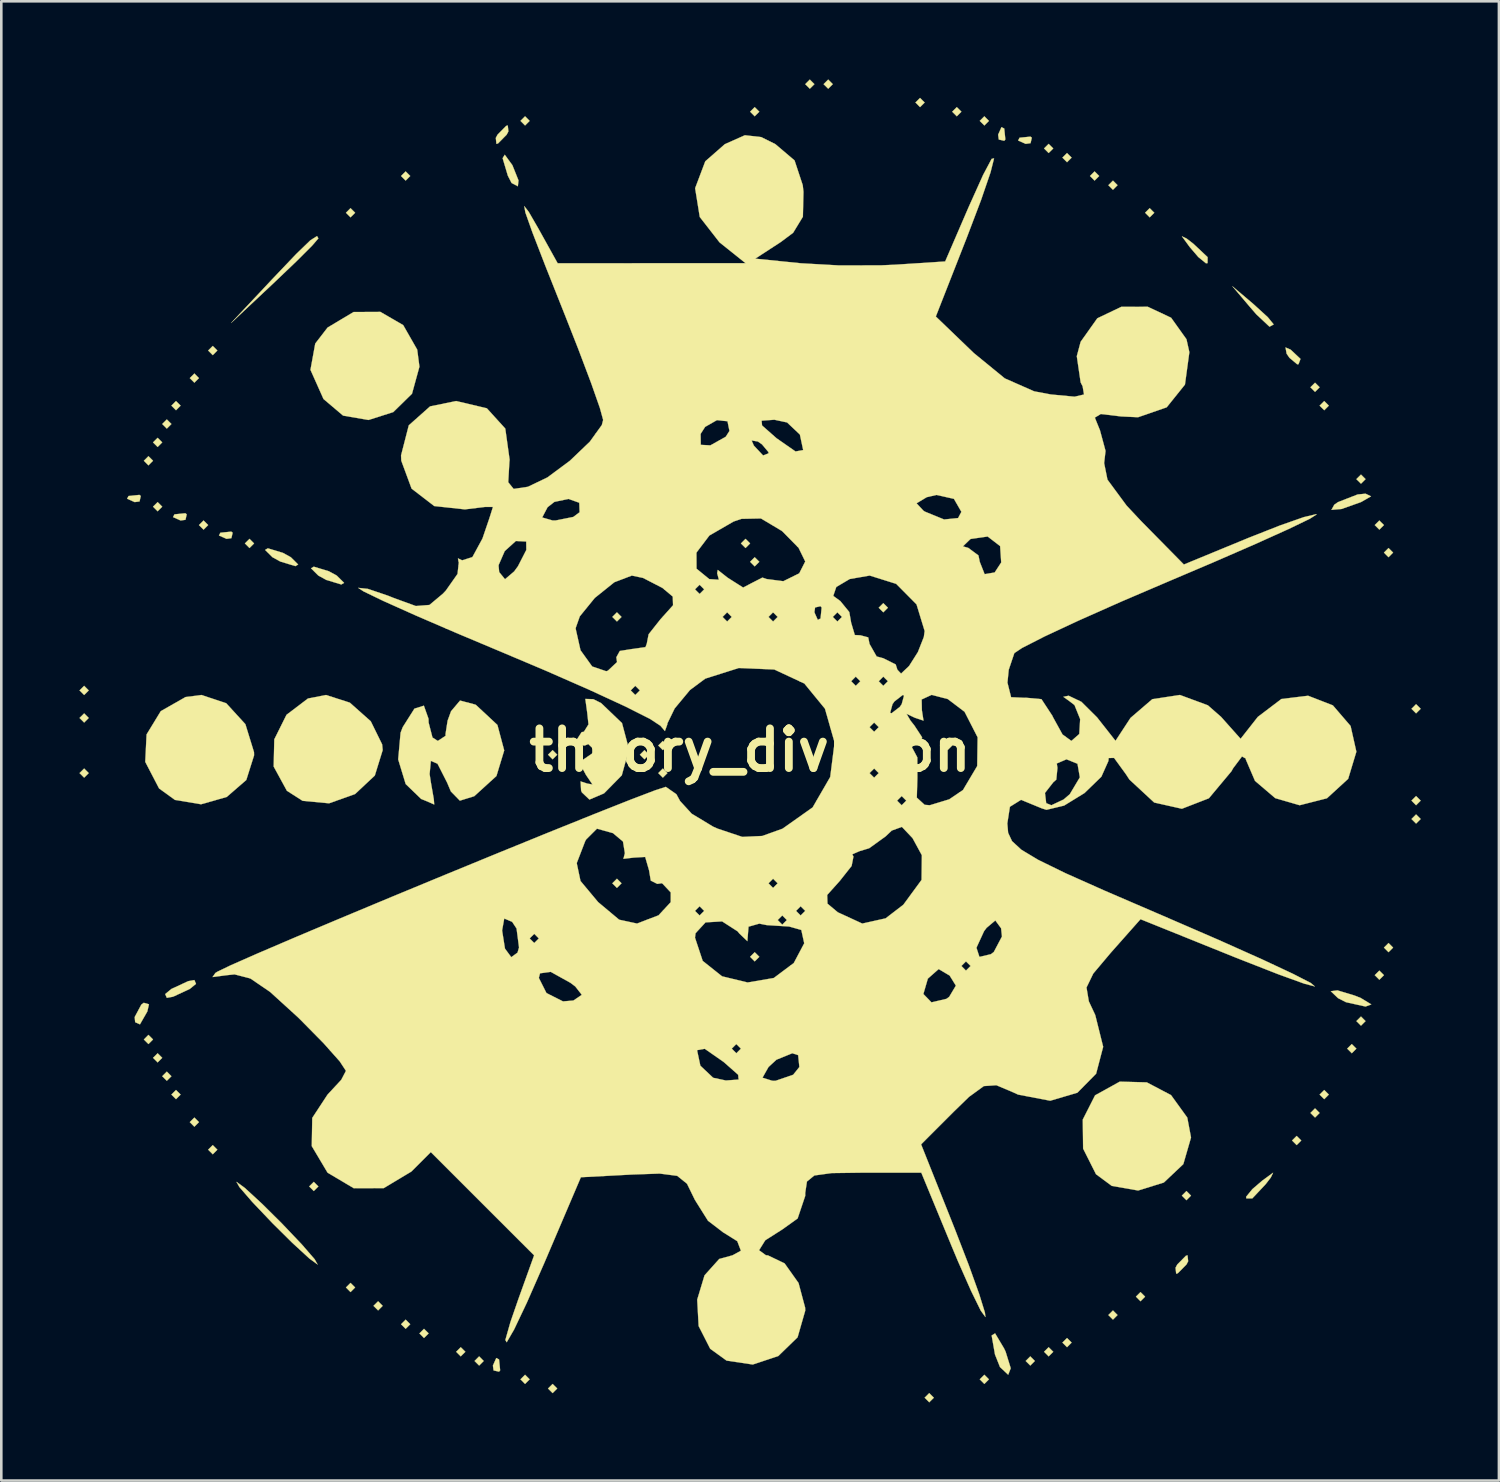
<source format=kicad_pcb>
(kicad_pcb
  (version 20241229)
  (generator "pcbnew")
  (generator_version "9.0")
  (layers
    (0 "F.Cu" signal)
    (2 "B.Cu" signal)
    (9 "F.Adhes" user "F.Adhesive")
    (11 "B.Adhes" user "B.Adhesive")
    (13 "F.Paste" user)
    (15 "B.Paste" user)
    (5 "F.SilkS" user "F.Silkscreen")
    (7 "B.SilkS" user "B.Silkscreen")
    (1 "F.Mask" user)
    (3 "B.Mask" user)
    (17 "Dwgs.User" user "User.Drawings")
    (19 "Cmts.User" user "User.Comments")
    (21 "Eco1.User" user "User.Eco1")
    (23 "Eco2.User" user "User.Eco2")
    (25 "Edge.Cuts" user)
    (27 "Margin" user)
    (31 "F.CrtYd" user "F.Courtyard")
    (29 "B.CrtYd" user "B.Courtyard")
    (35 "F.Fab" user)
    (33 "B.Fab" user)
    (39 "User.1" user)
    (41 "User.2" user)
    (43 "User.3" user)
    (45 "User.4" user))
  (footprint "theory_division"
    (layer "F.Cu")
    (at 25.758 25.758)
    (property "Reference" "theory_division" (at 0 0 0) (layer "F.SilkS") (effects (font (size 1.524 1.524) (thickness 0.3))))
    (attr through_hole)
    (fp_poly (pts (xy -25.4 -2.293) (xy -25.576 -2.117) (xy -25.753 -2.293) (xy -25.576 -2.469) (xy -25.4 -2.293)) (stroke (width 0.01) (type solid)) (fill yes) (layer "F.SilkS"))
    (fp_poly (pts (xy -25.4 -1.235) (xy -25.576 -1.058) (xy -25.753 -1.235) (xy -25.576 -1.411) (xy -25.4 -1.235)) (stroke (width 0.01) (type solid)) (fill yes) (layer "F.SilkS"))
    (fp_poly (pts (xy -25.4 0.882) (xy -25.576 1.058) (xy -25.753 0.882) (xy -25.576 0.706) (xy -25.4 0.882)) (stroke (width 0.01) (type solid)) (fill yes) (layer "F.SilkS"))
    (fp_poly (pts (xy -22.931 -11.113) (xy -23.107 -10.936) (xy -23.283 -11.113) (xy -23.107 -11.289) (xy -22.931 -11.113)) (stroke (width 0.01) (type solid)) (fill yes) (layer "F.SilkS"))
    (fp_poly (pts (xy -22.931 11.113) (xy -23.107 11.289) (xy -23.283 11.113) (xy -23.107 10.936) (xy -22.931 11.113)) (stroke (width 0.01) (type solid)) (fill yes) (layer "F.SilkS"))
    (fp_poly (pts (xy -22.578 -11.818) (xy -22.754 -11.642) (xy -22.931 -11.818) (xy -22.754 -11.994) (xy -22.578 -11.818)) (stroke (width 0.01) (type solid)) (fill yes) (layer "F.SilkS"))
    (fp_poly (pts (xy -22.578 -9.349) (xy -22.754 -9.172) (xy -22.931 -9.349) (xy -22.754 -9.525) (xy -22.578 -9.349)) (stroke (width 0.01) (type solid)) (fill yes) (layer "F.SilkS"))
    (fp_poly (pts (xy -22.578 11.818) (xy -22.754 11.994) (xy -22.931 11.818) (xy -22.754 11.642) (xy -22.578 11.818)) (stroke (width 0.01) (type solid)) (fill yes) (layer "F.SilkS"))
    (fp_poly (pts (xy -22.225 -12.524) (xy -22.401 -12.347) (xy -22.578 -12.524) (xy -22.401 -12.7) (xy -22.225 -12.524)) (stroke (width 0.01) (type solid)) (fill yes) (layer "F.SilkS"))
    (fp_poly (pts (xy -22.225 12.524) (xy -22.401 12.7) (xy -22.578 12.524) (xy -22.401 12.347) (xy -22.225 12.524)) (stroke (width 0.01) (type solid)) (fill yes) (layer "F.SilkS"))
    (fp_poly (pts (xy -21.872 -13.229) (xy -22.049 -13.053) (xy -22.225 -13.229) (xy -22.049 -13.406) (xy -21.872 -13.229)) (stroke (width 0.01) (type solid)) (fill yes) (layer "F.SilkS"))
    (fp_poly (pts (xy -21.872 13.229) (xy -22.049 13.406) (xy -22.225 13.229) (xy -22.049 13.053) (xy -21.872 13.229)) (stroke (width 0.01) (type solid)) (fill yes) (layer "F.SilkS"))
    (fp_poly (pts (xy -21.167 -14.287) (xy -21.343 -14.111) (xy -21.519 -14.287) (xy -21.343 -14.464) (xy -21.167 -14.287)) (stroke (width 0.01) (type solid)) (fill yes) (layer "F.SilkS"))
    (fp_poly (pts (xy -21.167 14.287) (xy -21.343 14.464) (xy -21.519 14.287) (xy -21.343 14.111) (xy -21.167 14.287)) (stroke (width 0.01) (type solid)) (fill yes) (layer "F.SilkS"))
    (fp_poly (pts (xy -20.814 -8.643) (xy -20.99 -8.467) (xy -21.167 -8.643) (xy -20.99 -8.819) (xy -20.814 -8.643)) (stroke (width 0.01) (type solid)) (fill yes) (layer "F.SilkS"))
    (fp_poly (pts (xy -20.461 -15.346) (xy -20.637 -15.169) (xy -20.814 -15.346) (xy -20.637 -15.522) (xy -20.461 -15.346)) (stroke (width 0.01) (type solid)) (fill yes) (layer "F.SilkS"))
    (fp_poly (pts (xy -20.461 15.346) (xy -20.637 15.522) (xy -20.814 15.346) (xy -20.637 15.169) (xy -20.461 15.346)) (stroke (width 0.01) (type solid)) (fill yes) (layer "F.SilkS"))
    (fp_poly (pts (xy -19.05 -7.938) (xy -19.226 -7.761) (xy -19.403 -7.938) (xy -19.226 -8.114) (xy -19.05 -7.938)) (stroke (width 0.01) (type solid)) (fill yes) (layer "F.SilkS"))
    (fp_poly (pts (xy -16.581 16.757) (xy -16.757 16.933) (xy -16.933 16.757) (xy -16.757 16.581) (xy -16.581 16.757)) (stroke (width 0.01) (type solid)) (fill yes) (layer "F.SilkS"))
    (fp_poly (pts (xy -15.169 -20.637) (xy -15.346 -20.461) (xy -15.522 -20.637) (xy -15.346 -20.814) (xy -15.169 -20.637)) (stroke (width 0.01) (type solid)) (fill yes) (layer "F.SilkS"))
    (fp_poly (pts (xy -15.169 20.637) (xy -15.346 20.814) (xy -15.522 20.637) (xy -15.346 20.461) (xy -15.169 20.637)) (stroke (width 0.01) (type solid)) (fill yes) (layer "F.SilkS"))
    (fp_poly (pts (xy -14.111 21.343) (xy -14.287 21.519) (xy -14.464 21.343) (xy -14.287 21.167) (xy -14.111 21.343)) (stroke (width 0.01) (type solid)) (fill yes) (layer "F.SilkS"))
    (fp_poly (pts (xy -13.053 -22.049) (xy -13.229 -21.872) (xy -13.406 -22.049) (xy -13.229 -22.225) (xy -13.053 -22.049)) (stroke (width 0.01) (type solid)) (fill yes) (layer "F.SilkS"))
    (fp_poly (pts (xy -13.053 22.049) (xy -13.229 22.225) (xy -13.406 22.049) (xy -13.229 21.872) (xy -13.053 22.049)) (stroke (width 0.01) (type solid)) (fill yes) (layer "F.SilkS"))
    (fp_poly (pts (xy -12.347 22.401) (xy -12.524 22.578) (xy -12.7 22.401) (xy -12.524 22.225) (xy -12.347 22.401)) (stroke (width 0.01) (type solid)) (fill yes) (layer "F.SilkS"))
    (fp_poly (pts (xy -10.936 23.107) (xy -11.113 23.283) (xy -11.289 23.107) (xy -11.113 22.931) (xy -10.936 23.107)) (stroke (width 0.01) (type solid)) (fill yes) (layer "F.SilkS"))
    (fp_poly (pts (xy -10.231 23.46) (xy -10.407 23.636) (xy -10.583 23.46) (xy -10.407 23.283) (xy -10.231 23.46)) (stroke (width 0.01) (type solid)) (fill yes) (layer "F.SilkS"))
    (fp_poly (pts (xy -8.467 -24.165) (xy -8.643 -23.989) (xy -8.819 -24.165) (xy -8.643 -24.342) (xy -8.467 -24.165)) (stroke (width 0.01) (type solid)) (fill yes) (layer "F.SilkS"))
    (fp_poly (pts (xy -8.467 24.165) (xy -8.643 24.342) (xy -8.819 24.165) (xy -8.643 23.989) (xy -8.467 24.165)) (stroke (width 0.01) (type solid)) (fill yes) (layer "F.SilkS"))
    (fp_poly (pts (xy -7.408 0.176) (xy -7.585 0.353) (xy -7.761 0.176) (xy -7.585 0) (xy -7.408 0.176)) (stroke (width 0.01) (type solid)) (fill yes) (layer "F.SilkS"))
    (fp_poly (pts (xy -7.408 24.518) (xy -7.585 24.694) (xy -7.761 24.518) (xy -7.585 24.342) (xy -7.408 24.518)) (stroke (width 0.01) (type solid)) (fill yes) (layer "F.SilkS"))
    (fp_poly (pts (xy -4.939 -5.115) (xy -5.115 -4.939) (xy -5.292 -5.115) (xy -5.115 -5.292) (xy -4.939 -5.115)) (stroke (width 0.01) (type solid)) (fill yes) (layer "F.SilkS"))
    (fp_poly (pts (xy -4.939 5.115) (xy -5.115 5.292) (xy -5.292 5.115) (xy -5.115 4.939) (xy -4.939 5.115)) (stroke (width 0.01) (type solid)) (fill yes) (layer "F.SilkS"))
    (fp_poly (pts (xy -3.881 0.176) (xy -4.057 0.353) (xy -4.233 0.176) (xy -4.057 0) (xy -3.881 0.176)) (stroke (width 0.01) (type solid)) (fill yes) (layer "F.SilkS"))
    (fp_poly (pts (xy -3.175 -0.176) (xy -3.351 0) (xy -3.528 -0.176) (xy -3.351 -0.353) (xy -3.175 -0.176)) (stroke (width 0.01) (type solid)) (fill yes) (layer "F.SilkS"))
    (fp_poly (pts (xy -3.175 0.882) (xy -3.351 1.058) (xy -3.528 0.882) (xy -3.351 0.706) (xy -3.175 0.882)) (stroke (width 0.01) (type solid)) (fill yes) (layer "F.SilkS"))
    (fp_poly (pts (xy 0 -7.938) (xy -0.176 -7.761) (xy -0.353 -7.938) (xy -0.176 -8.114) (xy 0 -7.938)) (stroke (width 0.01) (type solid)) (fill yes) (layer "F.SilkS"))
    (fp_poly (pts (xy 0.353 -24.518) (xy 0.176 -24.342) (xy 0 -24.518) (xy 0.176 -24.694) (xy 0.353 -24.518)) (stroke (width 0.01) (type solid)) (fill yes) (layer "F.SilkS"))
    (fp_poly (pts (xy 0.353 -7.232) (xy 0.176 -7.056) (xy 0 -7.232) (xy 0.176 -7.408) (xy 0.353 -7.232)) (stroke (width 0.01) (type solid)) (fill yes) (layer "F.SilkS"))
    (fp_poly (pts (xy 0.353 7.938) (xy 0.176 8.114) (xy 0 7.938) (xy 0.176 7.761) (xy 0.353 7.938)) (stroke (width 0.01) (type solid)) (fill yes) (layer "F.SilkS"))
    (fp_poly (pts (xy 2.469 -25.576) (xy 2.293 -25.4) (xy 2.117 -25.576) (xy 2.293 -25.753) (xy 2.469 -25.576)) (stroke (width 0.01) (type solid)) (fill yes) (layer "F.SilkS"))
    (fp_poly (pts (xy 3.175 -25.576) (xy 2.999 -25.4) (xy 2.822 -25.576) (xy 2.999 -25.753) (xy 3.175 -25.576)) (stroke (width 0.01) (type solid)) (fill yes) (layer "F.SilkS"))
    (fp_poly (pts (xy 5.292 -5.468) (xy 5.115 -5.292) (xy 4.939 -5.468) (xy 5.115 -5.644) (xy 5.292 -5.468)) (stroke (width 0.01) (type solid)) (fill yes) (layer "F.SilkS"))
    (fp_poly (pts (xy 6.703 -24.871) (xy 6.526 -24.694) (xy 6.35 -24.871) (xy 6.526 -25.047) (xy 6.703 -24.871)) (stroke (width 0.01) (type solid)) (fill yes) (layer "F.SilkS"))
    (fp_poly (pts (xy 7.056 24.871) (xy 6.879 25.047) (xy 6.703 24.871) (xy 6.879 24.694) (xy 7.056 24.871)) (stroke (width 0.01) (type solid)) (fill yes) (layer "F.SilkS"))
    (fp_poly (pts (xy 7.761 -0.176) (xy 7.585 0) (xy 7.408 -0.176) (xy 7.585 -0.353) (xy 7.761 -0.176)) (stroke (width 0.01) (type solid)) (fill yes) (layer "F.SilkS"))
    (fp_poly (pts (xy 8.114 -24.518) (xy 7.938 -24.342) (xy 7.761 -24.518) (xy 7.938 -24.694) (xy 8.114 -24.518)) (stroke (width 0.01) (type solid)) (fill yes) (layer "F.SilkS"))
    (fp_poly (pts (xy 9.172 -24.165) (xy 8.996 -23.989) (xy 8.819 -24.165) (xy 8.996 -24.342) (xy 9.172 -24.165)) (stroke (width 0.01) (type solid)) (fill yes) (layer "F.SilkS"))
    (fp_poly (pts (xy 9.172 24.165) (xy 8.996 24.342) (xy 8.819 24.165) (xy 8.996 23.989) (xy 9.172 24.165)) (stroke (width 0.01) (type solid)) (fill yes) (layer "F.SilkS"))
    (fp_poly (pts (xy 10.936 23.46) (xy 10.76 23.636) (xy 10.583 23.46) (xy 10.76 23.283) (xy 10.936 23.46)) (stroke (width 0.01) (type solid)) (fill yes) (layer "F.SilkS"))
    (fp_poly (pts (xy 11.642 -23.107) (xy 11.465 -22.931) (xy 11.289 -23.107) (xy 11.465 -23.283) (xy 11.642 -23.107)) (stroke (width 0.01) (type solid)) (fill yes) (layer "F.SilkS"))
    (fp_poly (pts (xy 11.642 23.107) (xy 11.465 23.283) (xy 11.289 23.107) (xy 11.465 22.931) (xy 11.642 23.107)) (stroke (width 0.01) (type solid)) (fill yes) (layer "F.SilkS"))
    (fp_poly (pts (xy 12.347 -22.754) (xy 12.171 -22.578) (xy 11.994 -22.754) (xy 12.171 -22.931) (xy 12.347 -22.754)) (stroke (width 0.01) (type solid)) (fill yes) (layer "F.SilkS"))
    (fp_poly (pts (xy 12.347 22.754) (xy 12.171 22.931) (xy 11.994 22.754) (xy 12.171 22.578) (xy 12.347 22.754)) (stroke (width 0.01) (type solid)) (fill yes) (layer "F.SilkS"))
    (fp_poly (pts (xy 13.406 -22.049) (xy 13.229 -21.872) (xy 13.053 -22.049) (xy 13.229 -22.225) (xy 13.406 -22.049)) (stroke (width 0.01) (type solid)) (fill yes) (layer "F.SilkS"))
    (fp_poly (pts (xy 14.111 -21.696) (xy 13.935 -21.519) (xy 13.758 -21.696) (xy 13.935 -21.872) (xy 14.111 -21.696)) (stroke (width 0.01) (type solid)) (fill yes) (layer "F.SilkS"))
    (fp_poly (pts (xy 14.111 21.696) (xy 13.935 21.872) (xy 13.758 21.696) (xy 13.935 21.519) (xy 14.111 21.696)) (stroke (width 0.01) (type solid)) (fill yes) (layer "F.SilkS"))
    (fp_poly (pts (xy 15.169 20.99) (xy 14.993 21.167) (xy 14.817 20.99) (xy 14.993 20.814) (xy 15.169 20.99)) (stroke (width 0.01) (type solid)) (fill yes) (layer "F.SilkS"))
    (fp_poly (pts (xy 15.522 -20.637) (xy 15.346 -20.461) (xy 15.169 -20.637) (xy 15.346 -20.814) (xy 15.522 -20.637)) (stroke (width 0.01) (type solid)) (fill yes) (layer "F.SilkS"))
    (fp_poly (pts (xy 16.933 17.11) (xy 16.757 17.286) (xy 16.581 17.11) (xy 16.757 16.933) (xy 16.933 17.11)) (stroke (width 0.01) (type solid)) (fill yes) (layer "F.SilkS"))
    (fp_poly (pts (xy 21.167 14.993) (xy 20.99 15.169) (xy 20.814 14.993) (xy 20.99 14.817) (xy 21.167 14.993)) (stroke (width 0.01) (type solid)) (fill yes) (layer "F.SilkS"))
    (fp_poly (pts (xy 21.872 -13.935) (xy 21.696 -13.758) (xy 21.519 -13.935) (xy 21.696 -14.111) (xy 21.872 -13.935)) (stroke (width 0.01) (type solid)) (fill yes) (layer "F.SilkS"))
    (fp_poly (pts (xy 21.872 13.935) (xy 21.696 14.111) (xy 21.519 13.935) (xy 21.696 13.758) (xy 21.872 13.935)) (stroke (width 0.01) (type solid)) (fill yes) (layer "F.SilkS"))
    (fp_poly (pts (xy 22.225 -13.229) (xy 22.049 -13.053) (xy 21.872 -13.229) (xy 22.049 -13.406) (xy 22.225 -13.229)) (stroke (width 0.01) (type solid)) (fill yes) (layer "F.SilkS"))
    (fp_poly (pts (xy 22.225 13.229) (xy 22.049 13.406) (xy 21.872 13.229) (xy 22.049 13.053) (xy 22.225 13.229)) (stroke (width 0.01) (type solid)) (fill yes) (layer "F.SilkS"))
    (fp_poly (pts (xy 23.283 11.465) (xy 23.107 11.642) (xy 22.931 11.465) (xy 23.107 11.289) (xy 23.283 11.465)) (stroke (width 0.01) (type solid)) (fill yes) (layer "F.SilkS"))
    (fp_poly (pts (xy 23.636 -10.407) (xy 23.46 -10.231) (xy 23.283 -10.407) (xy 23.46 -10.583) (xy 23.636 -10.407)) (stroke (width 0.01) (type solid)) (fill yes) (layer "F.SilkS"))
    (fp_poly (pts (xy 23.636 10.407) (xy 23.46 10.583) (xy 23.283 10.407) (xy 23.46 10.231) (xy 23.636 10.407)) (stroke (width 0.01) (type solid)) (fill yes) (layer "F.SilkS"))
    (fp_poly (pts (xy 24.342 -8.643) (xy 24.165 -8.467) (xy 23.989 -8.643) (xy 24.165 -8.819) (xy 24.342 -8.643)) (stroke (width 0.01) (type solid)) (fill yes) (layer "F.SilkS"))
    (fp_poly (pts (xy 24.342 8.643) (xy 24.165 8.819) (xy 23.989 8.643) (xy 24.165 8.467) (xy 24.342 8.643)) (stroke (width 0.01) (type solid)) (fill yes) (layer "F.SilkS"))
    (fp_poly (pts (xy 24.694 -7.585) (xy 24.518 -7.408) (xy 24.342 -7.585) (xy 24.518 -7.761) (xy 24.694 -7.585)) (stroke (width 0.01) (type solid)) (fill yes) (layer "F.SilkS"))
    (fp_poly (pts (xy 24.694 7.585) (xy 24.518 7.761) (xy 24.342 7.585) (xy 24.518 7.408) (xy 24.694 7.585)) (stroke (width 0.01) (type solid)) (fill yes) (layer "F.SilkS"))
    (fp_poly (pts (xy 25.753 -1.587) (xy 25.576 -1.411) (xy 25.4 -1.587) (xy 25.576 -1.764) (xy 25.753 -1.587)) (stroke (width 0.01) (type solid)) (fill yes) (layer "F.SilkS"))
    (fp_poly (pts (xy 25.753 1.94) (xy 25.576 2.117) (xy 25.4 1.94) (xy 25.576 1.764) (xy 25.753 1.94)) (stroke (width 0.01) (type solid)) (fill yes) (layer "F.SilkS"))
    (fp_poly (pts (xy 25.753 2.646) (xy 25.576 2.822) (xy 25.4 2.646) (xy 25.576 2.469) (xy 25.753 2.646)) (stroke (width 0.01) (type solid)) (fill yes) (layer "F.SilkS"))
    (fp_poly (pts (xy -23.401 -9.76) (xy -23.449 -9.55) (xy -23.636 -9.525) (xy -23.926 -9.654) (xy -23.871 -9.76) (xy -23.453 -9.802) (xy -23.401 -9.76)) (stroke (width 0.01) (type solid)) (fill yes) (layer "F.SilkS"))
    (fp_poly (pts (xy -21.637 -9.055) (xy -21.685 -8.845) (xy -21.872 -8.819) (xy -22.163 -8.949) (xy -22.107 -9.055) (xy -21.689 -9.097) (xy -21.637 -9.055)) (stroke (width 0.01) (type solid)) (fill yes) (layer "F.SilkS"))
    (fp_poly (pts (xy -19.873 -8.349) (xy -19.922 -8.139) (xy -20.108 -8.114) (xy -20.399 -8.243) (xy -20.344 -8.349) (xy -19.925 -8.391) (xy -19.873 -8.349)) (stroke (width 0.01) (type solid)) (fill yes) (layer "F.SilkS"))
    (fp_poly (pts (xy -9.643 23.401) (xy -9.6 23.82) (xy -9.643 23.871) (xy -9.852 23.823) (xy -9.878 23.636) (xy -9.749 23.346) (xy -9.643 23.401)) (stroke (width 0.01) (type solid)) (fill yes) (layer "F.SilkS"))
    (fp_poly (pts (xy 9.76 -23.871) (xy 9.802 -23.453) (xy 9.76 -23.401) (xy 9.55 -23.449) (xy 9.525 -23.636) (xy 9.654 -23.926) (xy 9.76 -23.871)) (stroke (width 0.01) (type solid)) (fill yes) (layer "F.SilkS"))
    (fp_poly (pts (xy 10.819 -23.519) (xy 10.77 -23.309) (xy 10.583 -23.283) (xy 10.293 -23.412) (xy 10.348 -23.519) (xy 10.767 -23.561) (xy 10.819 -23.519)) (stroke (width 0.01) (type solid)) (fill yes) (layer "F.SilkS"))
    (fp_poly (pts (xy -23.087 9.761) (xy -23.149 10.036) (xy -23.433 10.532) (xy -23.617 10.449) (xy -23.636 10.251) (xy -23.38 9.773) (xy -23.287 9.704) (xy -23.087 9.761)) (stroke (width 0.01) (type solid)) (fill yes) (layer "F.SilkS"))
    (fp_poly (pts (xy -9.129 -22.463) (xy -8.895 -21.879) (xy -8.92 -21.654) (xy -9.161 -21.78) (xy -9.305 -22.062) (xy -9.505 -22.732) (xy -9.423 -22.866) (xy -9.129 -22.463)) (stroke (width 0.01) (type solid)) (fill yes) (layer "F.SilkS"))
    (fp_poly (pts (xy 19.315 -17.143) (xy 19.88 -16.628) (xy 20.108 -16.349) (xy 19.947 -16.261) (xy 19.442 -16.735) (xy 19.193 -17.022) (xy 18.521 -17.815) (xy 19.315 -17.143)) (stroke (width 0.01) (type solid)) (fill yes) (layer "F.SilkS"))
    (fp_poly (pts (xy 20.759 -15.38) (xy 21.138 -15.024) (xy 21.06 -14.82) (xy 21.011 -14.817) (xy 20.713 -15.067) (xy 20.604 -15.224) (xy 20.562 -15.465) (xy 20.759 -15.38)) (stroke (width 0.01) (type solid)) (fill yes) (layer "F.SilkS"))
    (fp_poly (pts (xy -21.28 8.976) (xy -21.519 9.172) (xy -22.163 9.471) (xy -22.401 9.514) (xy -22.464 9.369) (xy -22.225 9.172) (xy -21.582 8.874) (xy -21.343 8.83) (xy -21.28 8.976)) (stroke (width 0.01) (type solid)) (fill yes) (layer "F.SilkS"))
    (fp_poly (pts (xy -17.941 -7.575) (xy -17.639 -7.408) (xy -17.357 -7.129) (xy -17.462 -7.066) (xy -18.042 -7.242) (xy -18.344 -7.408) (xy -18.627 -7.688) (xy -18.521 -7.75) (xy -17.941 -7.575)) (stroke (width 0.01) (type solid)) (fill yes) (layer "F.SilkS"))
    (fp_poly (pts (xy -16.177 -6.869) (xy -15.875 -6.703) (xy -15.593 -6.423) (xy -15.699 -6.361) (xy -16.278 -6.536) (xy -16.581 -6.703) (xy -16.863 -6.982) (xy -16.757 -7.045) (xy -16.177 -6.869)) (stroke (width 0.01) (type solid)) (fill yes) (layer "F.SilkS"))
    (fp_poly (pts (xy -9.283 -23.761) (xy -9.349 -23.636) (xy -9.681 -23.299) (xy -9.743 -23.283) (xy -9.767 -23.511) (xy -9.701 -23.636) (xy -9.369 -23.973) (xy -9.307 -23.989) (xy -9.283 -23.761)) (stroke (width 0.01) (type solid)) (fill yes) (layer "F.SilkS"))
    (fp_poly (pts (xy 9.752 22.976) (xy 9.813 23.105) (xy 10.009 23.74) (xy 9.911 23.989) (xy 9.596 23.693) (xy 9.404 23.211) (xy 9.276 22.481) (xy 9.408 22.399) (xy 9.752 22.976)) (stroke (width 0.01) (type solid)) (fill yes) (layer "F.SilkS"))
    (fp_poly (pts (xy 16.766 -19.645) (xy 17.022 -19.448) (xy 17.57 -18.933) (xy 17.568 -18.703) (xy 17.506 -18.697) (xy 17.211 -18.938) (xy 16.888 -19.315) (xy 16.583 -19.732) (xy 16.766 -19.645)) (stroke (width 0.01) (type solid)) (fill yes) (layer "F.SilkS"))
    (fp_poly (pts (xy 16.823 19.631) (xy 16.757 19.756) (xy 16.425 20.092) (xy 16.363 20.108) (xy 16.338 19.88) (xy 16.404 19.756) (xy 16.737 19.419) (xy 16.799 19.403) (xy 16.823 19.631)) (stroke (width 0.01) (type solid)) (fill yes) (layer "F.SilkS"))
    (fp_poly (pts (xy 19.998 16.413) (xy 19.801 16.669) (xy 19.286 17.217) (xy 19.056 17.215) (xy 19.05 17.153) (xy 19.291 16.858) (xy 19.667 16.536) (xy 20.085 16.23) (xy 19.998 16.413)) (stroke (width 0.01) (type solid)) (fill yes) (layer "F.SilkS"))
    (fp_poly (pts (xy 23.214 9.425) (xy 23.46 9.525) (xy 23.857 9.766) (xy 23.636 9.848) (xy 22.883 9.681) (xy 22.578 9.525) (xy 22.301 9.26) (xy 22.557 9.227) (xy 23.214 9.425)) (stroke (width 0.01) (type solid)) (fill yes) (layer "F.SilkS"))
    (fp_poly (pts (xy 23.847 -9.747) (xy 23.46 -9.525) (xy 22.712 -9.26) (xy 22.326 -9.227) (xy 22.435 -9.425) (xy 22.578 -9.525) (xy 23.331 -9.818) (xy 23.636 -9.848) (xy 23.847 -9.747)) (stroke (width 0.01) (type solid)) (fill yes) (layer "F.SilkS"))
    (fp_poly (pts (xy -16.581 -19.653) (xy -16.817 -19.378) (xy -17.435 -18.761) (xy -18.256 -17.977) (xy -19.932 -16.404) (xy -18.359 -18.08) (xy -17.432 -19.054) (xy -16.886 -19.581) (xy -16.632 -19.741) (xy -16.581 -19.653)) (stroke (width 0.01) (type solid)) (fill yes) (layer "F.SilkS"))
    (fp_poly (pts (xy -19.407 16.813) (xy -18.749 17.418) (xy -17.992 18.168) (xy -17.217 18.983) (xy -16.721 19.556) (xy -16.61 19.756) (xy -16.929 19.523) (xy -17.587 18.918) (xy -18.344 18.168) (xy -19.119 17.353) (xy -19.615 16.78) (xy -19.726 16.581) (xy -19.407 16.813)) (stroke (width 0.01) (type solid)) (fill yes) (layer "F.SilkS"))
    (fp_poly (pts (xy -13.323 -16.322) (xy -12.785 -15.38) (xy -12.7 -14.726) (xy -12.985 -13.687) (xy -13.704 -12.982) (xy -14.654 -12.679) (xy -15.631 -12.846) (xy -16.384 -13.484) (xy -16.885 -14.605) (xy -16.701 -15.614) (xy -16.228 -16.228) (xy -15.23 -16.825) (xy -14.2 -16.83) (xy -13.323 -16.322)) (stroke (width 0.01) (type solid)) (fill yes) (layer "F.SilkS"))
    (fp_poly (pts (xy -20.119 -1.8) (xy -19.384 -0.996) (xy -19.053 0.078) (xy -19.05 0.2) (xy -19.349 1.147) (xy -20.1 1.799) (xy -21.086 2.08) (xy -22.089 1.913) (xy -22.699 1.472) (xy -23.23 0.451) (xy -23.179 -0.602) (xy -22.634 -1.496) (xy -21.683 -2.038) (xy -21.071 -2.117) (xy -20.119 -1.8)) (stroke (width 0.01) (type solid)) (fill yes) (layer "F.SilkS"))
    (fp_poly (pts (xy -15.372 -1.822) (xy -14.568 -1.107) (xy -14.132 -0.22) (xy -14.111 0) (xy -14.413 0.976) (xy -15.173 1.688) (xy -16.17 2.043) (xy -17.186 1.948) (xy -17.79 1.562) (xy -18.298 0.631) (xy -18.274 -0.414) (xy -17.805 -1.356) (xy -16.981 -1.982) (xy -16.288 -2.117) (xy -15.372 -1.822)) (stroke (width 0.01) (type solid)) (fill yes) (layer "F.SilkS"))
    (fp_poly (pts (xy 15.235 12.76) (xy 16.166 13.25) (xy 16.789 14.112) (xy 16.933 14.878) (xy 16.637 15.901) (xy 15.889 16.607) (xy 14.902 16.913) (xy 13.889 16.736) (xy 13.284 16.288) (xy 12.789 15.305) (xy 12.775 14.191) (xy 13.244 13.265) (xy 13.254 13.254) (xy 14.197 12.732) (xy 15.235 12.76)) (stroke (width 0.01) (type solid)) (fill yes) (layer "F.SilkS"))
    (fp_poly (pts (xy -6.021 -1.956) (xy -5.72 -1.804) (xy -4.92 -1.038) (xy -4.653 -0.036) (xy -4.928 0.968) (xy -5.609 1.66) (xy -6.171 1.899) (xy -6.462 1.623) (xy -6.491 1.553) (xy -6.511 1.201) (xy -6.258 1.284) (xy -6.055 1.319) (xy -6.305 0.95) (xy -6.566 0.463) (xy -6.393 0.353) (xy -6.017 0.095) (xy -5.997 -0.021) (xy -6.213 -0.232) (xy -6.35 -0.176) (xy -6.675 -0.204) (xy -6.703 -0.332) (xy -6.47 -0.691) (xy -6.383 -0.706) (xy -6.207 -0.988) (xy -6.258 -1.451) (xy -6.329 -1.966) (xy -6.021 -1.956)) (stroke (width 0.01) (type solid)) (fill yes) (layer "F.SilkS"))
    (fp_poly (pts (xy -10.557 -1.749) (xy -10.528 -1.734) (xy -9.705 -0.967) (xy -9.444 0.012) (xy -9.742 0.994) (xy -10.595 1.77) (xy -11.147 1.941) (xy -11.493 1.587) (xy -11.636 1.249) (xy -12.005 0.523) (xy -12.261 0.412) (xy -12.309 0.919) (xy -12.261 1.235) (xy -12.148 1.883) (xy -12.132 2.089) (xy -12.438 1.955) (xy -12.635 1.875) (xy -13.228 1.303) (xy -13.516 0.357) (xy -13.424 -0.668) (xy -13.341 -0.883) (xy -12.892 -1.593) (xy -12.529 -1.707) (xy -12.351 -1.204) (xy -12.347 -1.058) (xy -12.199 -0.485) (xy -11.994 -0.353) (xy -11.695 -0.55) (xy -11.698 -0.617) (xy -11.618 -1.132) (xy -11.486 -1.493) (xy -11.14 -1.903) (xy -10.557 -1.749)) (stroke (width 0.01) (type solid)) (fill yes) (layer "F.SilkS"))
    (fp_poly (pts (xy 0.427 -23.543) (xy 0.97 -23.272) (xy 1.707 -22.647) (xy 2.021 -21.697) (xy 2.049 -21.441) (xy 2.027 -20.484) (xy 1.652 -19.868) (xy 1.176 -19.512) (xy 0.196 -18.874) (xy 1.95 -18.697) (xy 3.412 -18.615) (xy 5.026 -18.618) (xy 5.598 -18.644) (xy 7.491 -18.767) (xy 8.39 -20.85) (xy 8.949 -22.092) (xy 9.275 -22.706) (xy 9.369 -22.726) (xy 9.233 -22.188) (xy 8.87 -21.128) (xy 8.321 -19.682) (xy 7.132 -16.653) (xy 8.593 -15.248) (xy 9.78 -14.277) (xy 10.909 -13.779) (xy 11.547 -13.659) (xy 12.463 -13.573) (xy 12.823 -13.658) (xy 12.77 -13.972) (xy 12.694 -14.122) (xy 12.546 -15.129) (xy 12.694 -15.682) (xy 13.334 -16.584) (xy 14.259 -17.026) (xy 15.27 -17.027) (xy 16.169 -16.605) (xy 16.758 -15.78) (xy 16.869 -15.282) (xy 16.7 -14.038) (xy 15.999 -13.165) (xy 14.898 -12.784) (xy 14.247 -12.815) (xy 13.467 -12.908) (xy 13.239 -12.77) (xy 13.423 -12.314) (xy 13.432 -12.298) (xy 13.65 -11.492) (xy 13.596 -11.022) (xy 13.724 -10.387) (xy 14.456 -9.394) (xy 15.019 -8.793) (xy 16.659 -7.128) (xy 19.145 -8.153) (xy 20.343 -8.625) (xy 21.261 -8.947) (xy 21.732 -9.059) (xy 21.758 -9.052) (xy 21.491 -8.882) (xy 20.674 -8.488) (xy 19.406 -7.916) (xy 17.79 -7.212) (xy 16.146 -6.513) (xy 14.269 -5.71) (xy 12.62 -4.977) (xy 11.308 -4.365) (xy 10.446 -3.925) (xy 10.148 -3.726) (xy 9.932 -3.086) (xy 9.883 -2.591) (xy 10.023 -2.032) (xy 10.558 -2.008) (xy 10.577 -2.013) (xy 11.189 -1.957) (xy 11.611 -1.314) (xy 11.627 -1.274) (xy 11.997 -0.602) (xy 12.338 -0.353) (xy 12.641 -0.619) (xy 12.675 -1.191) (xy 12.457 -1.731) (xy 12.259 -1.883) (xy 12.03 -2.047) (xy 12.233 -2.089) (xy 12.723 -1.855) (xy 13.328 -1.254) (xy 13.341 -1.237) (xy 14.033 -0.357) (xy 14.609 -1.237) (xy 15.445 -1.956) (xy 16.506 -2.118) (xy 17.58 -1.721) (xy 18.088 -1.276) (xy 18.837 -0.435) (xy 19.498 -1.276) (xy 20.403 -1.963) (xy 21.429 -2.088) (xy 22.38 -1.719) (xy 23.061 -0.927) (xy 23.283 0.061) (xy 22.968 1.103) (xy 22.153 1.85) (xy 21.105 2.117) (xy 20.168 1.845) (xy 19.39 1.182) (xy 19.037 0.359) (xy 19.036 0.325) (xy 18.89 0.243) (xy 18.551 0.695) (xy 18.485 0.813) (xy 17.619 1.85) (xy 16.583 2.252) (xy 15.519 2.013) (xy 14.568 1.132) (xy 14.429 0.92) (xy 13.978 0.3) (xy 13.771 0.303) (xy 13.76 0.417) (xy 13.49 1.021) (xy 12.842 1.649) (xy 12.059 2.13) (xy 11.381 2.293) (xy 11.203 2.237) (xy 10.406 1.909) (xy 9.977 2.176) (xy 9.878 2.815) (xy 9.909 3.176) (xy 10.059 3.496) (xy 10.417 3.826) (xy 11.068 4.217) (xy 12.101 4.722) (xy 13.603 5.392) (xy 15.659 6.278) (xy 15.875 6.371) (xy 17.993 7.289) (xy 19.661 8.035) (xy 20.85 8.592) (xy 21.535 8.944) (xy 21.688 9.076) (xy 21.282 8.97) (xy 20.291 8.611) (xy 18.689 7.984) (xy 18.315 7.833) (xy 14.993 6.494) (xy 13.849 7.785) (xy 13.178 8.582) (xy 12.919 9.117) (xy 13.008 9.647) (xy 13.255 10.175) (xy 13.559 11.394) (xy 13.288 12.428) (xy 12.568 13.158) (xy 11.526 13.465) (xy 10.29 13.229) (xy 10.094 13.139) (xy 9.458 12.87) (xy 8.975 12.903) (xy 8.41 13.314) (xy 7.821 13.886) (xy 6.567 15.141) (xy 7.863 18.395) (xy 8.398 19.78) (xy 8.8 20.898) (xy 9.018 21.604) (xy 9.037 21.773) (xy 8.858 21.527) (xy 8.485 20.767) (xy 7.984 19.634) (xy 7.744 19.061) (xy 6.574 16.228) (xy 4.345 16.228) (xy 3.134 16.244) (xy 2.467 16.336) (xy 2.182 16.568) (xy 2.117 17.005) (xy 2.117 17.117) (xy 1.825 17.987) (xy 1.235 18.409) (xy 0.582 18.824) (xy 0.343 19.207) (xy 0.607 19.4) (xy 0.68 19.403) (xy 1.324 19.711) (xy 1.86 20.466) (xy 2.113 21.412) (xy 2.117 21.525) (xy 1.823 22.551) (xy 1.082 23.27) (xy 0.103 23.596) (xy -0.904 23.446) (xy -1.533 22.991) (xy -1.977 22.119) (xy -2.032 21.104) (xy -1.75 20.17) (xy -1.186 19.542) (xy -0.68 19.403) (xy -0.353 19.227) (xy -0.493 18.86) (xy -1.006 18.538) (xy -1.02 18.533) (xy -1.618 18.075) (xy -2.124 17.268) (xy -2.128 17.258) (xy -2.423 16.654) (xy -2.8 16.35) (xy -3.471 16.263) (xy -4.534 16.3) (xy -6.5 16.404) (xy -7.893 19.669) (xy -8.575 21.222) (xy -9.066 22.255) (xy -9.348 22.741) (xy -9.4 22.654) (xy -9.205 21.965) (xy -8.894 21.066) (xy -8.296 19.404) (xy -10.28 17.421) (xy -12.263 15.438) (xy -13.011 16.186) (xy -14.072 16.822) (xy -15.221 16.826) (xy -16.228 16.228) (xy -16.835 15.208) (xy -16.816 14.125) (xy -16.228 13.229) (xy -15.703 12.663) (xy -15.522 12.318) (xy -15.759 11.956) (xy -16.144 11.523) (xy -2.038 11.523) (xy -1.911 12.12) (xy -1.419 12.584) (xy -0.932 12.688) (xy -0.441 12.652) (xy -0.448 12.581) (xy 0.475 12.581) (xy 0.848 12.698) (xy 0.977 12.7) (xy 1.653 12.468) (xy 1.891 12.171) (xy 1.845 11.715) (xy 1.62 11.642) (xy 1.011 11.89) (xy 0.706 12.171) (xy 0.475 12.581) (xy -0.448 12.581) (xy -0.459 12.468) (xy -1.003 11.988) (xy -1.02 11.974) (xy -1.744 11.47) (xy -2.038 11.523) (xy -16.144 11.523) (xy -16.195 11.465) (xy -0.706 11.465) (xy -0.529 11.642) (xy -0.353 11.465) (xy -0.529 11.289) (xy -0.706 11.465) (xy -16.195 11.465) (xy -16.382 11.256) (xy -17.263 10.362) (xy -17.374 10.253) (xy -18.436 9.286) (xy -19.194 8.769) (xy -19.271 8.749) (xy -8.114 8.749) (xy -7.822 9.329) (xy -7.186 9.65) (xy -6.787 9.617) (xy -6.464 9.399) (xy -6.489 9.366) (xy 6.654 9.366) (xy 6.965 9.687) (xy 7.541 9.552) (xy 7.646 9.474) (xy 7.902 9.045) (xy 7.663 8.659) (xy 7.242 8.409) (xy 6.826 8.776) (xy 6.654 9.366) (xy -6.489 9.366) (xy -6.715 9.077) (xy -6.897 8.939) (xy -7.657 8.516) (xy -8.069 8.572) (xy -8.114 8.749) (xy -19.271 8.749) (xy -19.8 8.613) (xy -20.108 8.645) (xy -20.645 8.716) (xy -20.536 8.558) (xy -20.461 8.511) (xy -19.955 8.267) (xy -18.925 7.813) (xy -17.477 7.193) (xy -16.844 6.926) (xy -9.525 6.926) (xy -9.415 7.623) (xy -9.173 7.952) (xy -8.933 7.778) (xy -8.875 7.579) (xy -8.92 7.232) (xy -8.467 7.232) (xy -8.29 7.408) (xy -8.114 7.232) (xy -8.144 7.202) (xy -2.117 7.202) (xy -1.821 8.095) (xy -1.077 8.687) (xy -0.097 8.924) (xy 0.908 8.752) (xy 1.525 8.29) (xy 8.114 8.29) (xy 8.29 8.467) (xy 8.467 8.29) (xy 8.29 8.114) (xy 8.114 8.29) (xy 1.525 8.29) (xy 1.676 8.178) (xy 1.988 7.589) (xy 8.692 7.589) (xy 8.807 7.942) (xy 9.248 7.837) (xy 9.359 7.752) (xy 9.672 7.158) (xy 9.639 6.843) (xy 9.418 6.542) (xy 9.081 6.826) (xy 8.985 6.953) (xy 8.692 7.589) (xy 1.988 7.589) (xy 2.078 7.419) (xy 1.966 6.907) (xy 1.499 6.775) (xy 0.641 6.721) (xy 0.353 6.664) (xy -0.061 6.781) (xy -0.083 7.056) (xy -0.105 7.338) (xy -0.419 7.037) (xy -0.479 6.961) (xy -1.075 6.578) (xy -1.712 6.616) (xy -2.095 7.032) (xy -2.117 7.202) (xy -8.144 7.202) (xy -8.29 7.056) (xy -8.467 7.232) (xy -8.92 7.232) (xy -8.97 6.851) (xy -9.139 6.595) (xy -9.443 6.467) (xy -9.525 6.926) (xy -16.844 6.926) (xy -15.718 6.452) (xy -13.754 5.632) (xy -11.692 4.779) (xy -10.623 4.34) (xy -6.659 4.34) (xy -6.514 5.026) (xy -5.842 5.831) (xy -5.837 5.837) (xy -5.029 6.513) (xy -4.342 6.661) (xy -3.992 6.526) (xy 1.058 6.526) (xy 1.235 6.703) (xy 1.411 6.526) (xy 1.235 6.35) (xy 1.058 6.526) (xy -3.992 6.526) (xy -3.518 6.345) (xy -3.359 6.174) (xy -2.117 6.174) (xy -1.94 6.35) (xy -1.764 6.174) (xy 1.764 6.174) (xy 1.94 6.35) (xy 2.117 6.174) (xy 1.94 5.997) (xy 1.764 6.174) (xy -1.764 6.174) (xy -1.94 5.997) (xy -2.117 6.174) (xy -3.359 6.174) (xy -3.05 5.84) (xy -3.049 5.563) (xy 2.96 5.563) (xy 2.971 5.896) (xy 3.365 6.227) (xy 4.307 6.661) (xy 5.203 6.461) (xy 5.886 5.936) (xy 6.584 4.984) (xy 6.595 4.036) (xy 6.238 3.38) (xy 5.829 2.948) (xy 5.44 3.089) (xy 5.205 3.312) (xy 4.573 3.768) (xy 4.2 3.881) (xy 3.923 4.002) (xy 3.969 4.086) (xy 3.898 4.449) (xy 3.445 5.022) (xy 2.96 5.563) (xy -3.049 5.563) (xy -3.049 5.465) (xy -3.377 5.115) (xy 0.706 5.115) (xy 0.882 5.292) (xy 1.058 5.115) (xy 0.882 4.939) (xy 0.706 5.115) (xy -3.377 5.115) (xy -3.381 5.111) (xy -3.565 5.138) (xy -3.815 5.012) (xy -3.881 4.618) (xy -4.03 4.103) (xy -4.468 4.128) (xy -4.866 4.175) (xy -4.81 3.958) (xy -4.882 3.512) (xy -5.267 3.188) (xy -5.882 3.017) (xy -6.298 3.432) (xy -6.335 3.5) (xy -6.659 4.34) (xy -10.623 4.34) (xy -9.639 3.936) (xy -7.702 3.147) (xy -5.986 2.456) (xy -4.6 1.907) (xy -3.648 1.544) (xy -3.239 1.411) (xy -3.238 1.411) (xy -2.832 1.693) (xy -2.689 1.956) (xy -2.244 2.442) (xy -1.419 2.94) (xy -1.24 3.019) (xy -0.301 3.333) (xy 0.466 3.297) (xy 1.246 3.017) (xy 2.401 2.2) (xy 2.551 1.94) (xy 5.644 1.94) (xy 5.821 2.117) (xy 5.997 1.94) (xy 5.821 1.764) (xy 5.644 1.94) (xy 2.551 1.94) (xy 3.076 1.033) (xy 3.095 0.882) (xy 4.586 0.882) (xy 4.763 1.058) (xy 4.939 0.882) (xy 4.763 0.706) (xy 4.586 0.882) (xy 3.095 0.882) (xy 3.244 -0.294) (xy 3.076 -0.882) (xy 4.586 -0.882) (xy 4.763 -0.706) (xy 4.939 -0.882) (xy 4.763 -1.058) (xy 4.586 -0.882) (xy 3.076 -0.882) (xy 2.93 -1.397) (xy 6.005 -1.397) (xy 6.163 -1.128) (xy 6.305 -0.95) (xy 6.61 -0.485) (xy 6.416 -0.334) (xy 6.305 -0.325) (xy 6.077 -0.22) (xy 6.199 -0.14) (xy 6.422 0.28) (xy 6.424 1.067) (xy 6.402 1.825) (xy 6.703 2.101) (xy 6.9 2.117) (xy 7.647 1.89) (xy 8.009 1.645) (xy 11.324 1.645) (xy 11.371 2.037) (xy 11.571 2.117) (xy 12.04 1.896) (xy 12.277 1.693) (xy 12.663 1.046) (xy 12.573 0.524) (xy 12.15 0.353) (xy 11.777 0.513) (xy 11.803 0.681) (xy 11.759 1.134) (xy 11.647 1.231) (xy 11.324 1.645) (xy 8.009 1.645) (xy 8.174 1.533) (xy 8.721 0.612) (xy 8.737 -0.492) (xy 8.236 -1.472) (xy 7.591 -1.961) (xy 6.973 -2.122) (xy 6.588 -1.946) (xy 6.597 -1.53) (xy 6.659 -1.133) (xy 6.322 -1.245) (xy 6.005 -1.397) (xy 2.93 -1.397) (xy 2.919 -1.434) (xy 5.378 -1.434) (xy 5.426 -1.411) (xy 5.748 -1.659) (xy 5.821 -1.764) (xy 5.911 -2.094) (xy 5.862 -2.117) (xy 5.541 -1.868) (xy 5.468 -1.764) (xy 5.378 -1.434) (xy 2.919 -1.434) (xy 2.874 -1.591) (xy 2.082 -2.558) (xy 1.893 -2.646) (xy 3.881 -2.646) (xy 4.057 -2.469) (xy 4.233 -2.646) (xy 4.939 -2.646) (xy 5.115 -2.469) (xy 5.292 -2.646) (xy 5.115 -2.822) (xy 4.939 -2.646) (xy 4.233 -2.646) (xy 4.057 -2.822) (xy 3.881 -2.646) (xy 1.893 -2.646) (xy 0.928 -3.096) (xy -0.436 -3.153) (xy -1.721 -2.746) (xy -2.309 -2.309) (xy -2.899 -1.598) (xy -3.177 -1.025) (xy -3.18 -0.986) (xy -3.272 -0.733) (xy -3.445 -0.936) (xy -3.842 -1.198) (xy -4.782 -1.672) (xy -6.125 -2.293) (xy -4.586 -2.293) (xy -4.41 -2.117) (xy -4.233 -2.293) (xy -4.41 -2.469) (xy -4.586 -2.293) (xy -6.125 -2.293) (xy -6.155 -2.307) (xy -7.849 -3.051) (xy -9.441 -3.724) (xy -11.284 -4.499) (xy -11.699 -4.678) (xy -6.703 -4.678) (xy -6.514 -3.837) (xy -6.065 -3.212) (xy -5.527 -3.03) (xy -5.465 -3.049) (xy -5.111 -3.381) (xy -5.138 -3.565) (xy -5.004 -3.808) (xy -4.548 -3.881) (xy -4.019 -3.955) (xy -3.969 -4.086) (xy -3.898 -4.449) (xy -3.445 -5.022) (xy -3.361 -5.115) (xy -1.058 -5.115) (xy -0.882 -4.939) (xy -0.706 -5.115) (xy 0.706 -5.115) (xy 0.882 -4.939) (xy 1.058 -5.115) (xy 0.882 -5.292) (xy 2.469 -5.292) (xy 2.599 -5.001) (xy 2.705 -5.056) (xy 2.711 -5.115) (xy 3.175 -5.115) (xy 3.351 -4.939) (xy 3.528 -5.115) (xy 3.351 -5.292) (xy 3.175 -5.115) (xy 2.711 -5.115) (xy 2.747 -5.475) (xy 2.705 -5.527) (xy 2.495 -5.478) (xy 2.469 -5.292) (xy 0.882 -5.292) (xy 0.706 -5.115) (xy -0.706 -5.115) (xy -0.882 -5.292) (xy -1.058 -5.115) (xy -3.361 -5.115) (xy -2.96 -5.563) (xy -2.971 -5.896) (xy -3.003 -5.923) (xy 3.193 -5.923) (xy 3.465 -5.724) (xy 3.809 -5.303) (xy 3.881 -4.889) (xy 4.021 -4.42) (xy 4.233 -4.41) (xy 4.535 -4.33) (xy 4.586 -4.078) (xy 4.859 -3.597) (xy 5.115 -3.528) (xy 5.591 -3.29) (xy 5.656 -3.087) (xy 5.797 -2.939) (xy 6.105 -3.231) (xy 6.443 -3.765) (xy 6.672 -4.346) (xy 6.703 -4.575) (xy 6.391 -5.597) (xy 5.61 -6.385) (xy 4.595 -6.703) (xy 4.587 -6.703) (xy 3.826 -6.571) (xy 3.309 -6.265) (xy 3.193 -5.923) (xy -3.003 -5.923) (xy -3.301 -6.174) (xy -2.117 -6.174) (xy -1.94 -5.997) (xy -1.764 -6.174) (xy -1.94 -6.35) (xy -2.117 -6.174) (xy -3.301 -6.174) (xy -3.365 -6.227) (xy -4.112 -6.613) (xy -4.543 -6.703) (xy -5.213 -6.448) (xy -5.965 -5.845) (xy -6.541 -5.137) (xy -6.703 -4.678) (xy -11.699 -4.678) (xy -12.867 -5.182) (xy -14.089 -5.73) (xy -14.847 -6.096) (xy -15.052 -6.232) (xy -14.679 -6.192) (xy -13.913 -5.933) (xy -13.683 -5.841) (xy -12.838 -5.534) (xy -12.315 -5.575) (xy -11.798 -6.008) (xy -11.686 -6.127) (xy -11.237 -6.766) (xy -11.2 -7.099) (xy -9.662 -7.099) (xy -9.637 -6.837) (xy -9.413 -6.563) (xy -9.063 -6.861) (xy -8.916 -7.062) (xy -8.647 -7.586) (xy -2.061 -7.586) (xy -2.058 -6.968) (xy -1.569 -6.568) (xy -1.199 -6.543) (xy -1.266 -6.795) (xy -1.243 -6.921) (xy -0.861 -6.62) (xy -0.267 -6.243) (xy 0.031 -6.4) (xy 0.472 -6.626) (xy 0.634 -6.57) (xy 1.275 -6.487) (xy 1.886 -6.789) (xy 2.117 -7.244) (xy 1.861 -7.769) (xy 1.805 -7.826) (xy 8.173 -7.826) (xy 8.378 -7.767) (xy 8.769 -7.477) (xy 8.819 -7.232) (xy 9.007 -6.757) (xy 9.392 -6.823) (xy 9.643 -7.206) (xy 9.601 -7.835) (xy 9.123 -8.203) (xy 8.473 -8.11) (xy 8.455 -8.099) (xy 8.173 -7.826) (xy 1.805 -7.826) (xy 1.243 -8.397) (xy 1.21 -8.423) (xy 0.416 -8.897) (xy -0.328 -8.882) (xy -0.635 -8.779) (xy -1.564 -8.242) (xy -2.061 -7.586) (xy -8.647 -7.586) (xy -8.595 -7.687) (xy -8.599 -8.011) (xy -8.996 -8.031) (xy -9.424 -7.644) (xy -9.662 -7.099) (xy -11.2 -7.099) (xy -11.187 -7.213) (xy -11.197 -7.226) (xy -11.22 -7.364) (xy -11.059 -7.289) (xy -10.666 -7.413) (xy -10.279 -8.126) (xy -10.265 -8.167) (xy -10.003 -8.935) (xy -7.985 -8.935) (xy -7.591 -8.821) (xy -7.472 -8.819) (xy -6.791 -8.955) (xy -6.549 -9.135) (xy -6.56 -9.479) (xy 6.392 -9.479) (xy 6.659 -9.193) (xy 6.713 -9.159) (xy 7.449 -8.858) (xy 7.987 -8.912) (xy 8.114 -9.151) (xy 7.827 -9.65) (xy 7.157 -9.8) (xy 6.784 -9.714) (xy 6.392 -9.479) (xy -6.56 -9.479) (xy -6.561 -9.5) (xy -6.977 -9.647) (xy -7.517 -9.533) (xy -7.779 -9.328) (xy -7.985 -8.935) (xy -10.003 -8.935) (xy -10.003 -8.936) (xy -9.879 -9.331) (xy -9.878 -9.34) (xy -10.182 -9.339) (xy -10.917 -9.25) (xy -10.95 -9.245) (xy -12.131 -9.373) (xy -13.001 -10.042) (xy -13.397 -11.115) (xy -13.406 -11.318) (xy -13.109 -12.473) (xy -12.291 -13.201) (xy -11.289 -13.406) (xy -10.111 -13.128) (xy -9.403 -12.349) (xy -9.236 -11.151) (xy -9.245 -11.067) (xy -9.289 -10.288) (xy -9.082 -10.031) (xy -8.535 -10.113) (xy -7.786 -10.472) (xy -6.923 -11.112) (xy -6.156 -11.845) (xy -5.94 -12.145) (xy -1.901 -12.145) (xy -1.895 -11.724) (xy -1.527 -11.704) (xy -1.189 -11.893) (xy 0.057 -11.893) (xy 0.143 -11.696) (xy 0.498 -11.317) (xy 0.702 -11.395) (xy 0.706 -11.444) (xy 0.455 -11.743) (xy 0.298 -11.852) (xy 0.057 -11.893) (xy -1.189 -11.893) (xy -0.935 -12.035) (xy -0.794 -12.259) (xy -0.869 -12.63) (xy -1.079 -12.652) (xy 0.441 -12.652) (xy 0.459 -12.468) (xy 1.003 -11.988) (xy 1.02 -11.974) (xy 1.744 -11.47) (xy 2.038 -11.523) (xy 1.911 -12.12) (xy 1.419 -12.584) (xy 0.932 -12.688) (xy 0.441 -12.652) (xy -1.079 -12.652) (xy -1.274 -12.673) (xy -1.728 -12.414) (xy -1.901 -12.145) (xy -5.94 -12.145) (xy -5.695 -12.485) (xy -5.644 -12.681) (xy -5.769 -13.137) (xy -6.106 -14.097) (xy -6.602 -15.411) (xy -7.094 -16.662) (xy -7.857 -18.58) (xy -8.365 -19.894) (xy -8.632 -20.649) (xy -8.673 -20.892) (xy -8.502 -20.671) (xy -8.133 -20.033) (xy -8.126 -20.02) (xy -7.391 -18.697) (xy -3.784 -18.699) (xy -0.176 -18.701) (xy -1.175 -19.5) (xy -1.934 -20.475) (xy -2.112 -21.58) (xy -1.722 -22.613) (xy -0.97 -23.272) (xy -0.201 -23.614) (xy 0.427 -23.543)) (stroke (width 0.01) (type solid)) (fill yes) (layer "F.SilkS")))
  (gr_rect
    (start -3 -3)
    (end 54.516 53.81)
    (stroke (width 0.1) (type default))
    (fill no)
    (layer "Edge.Cuts")))
</source>
